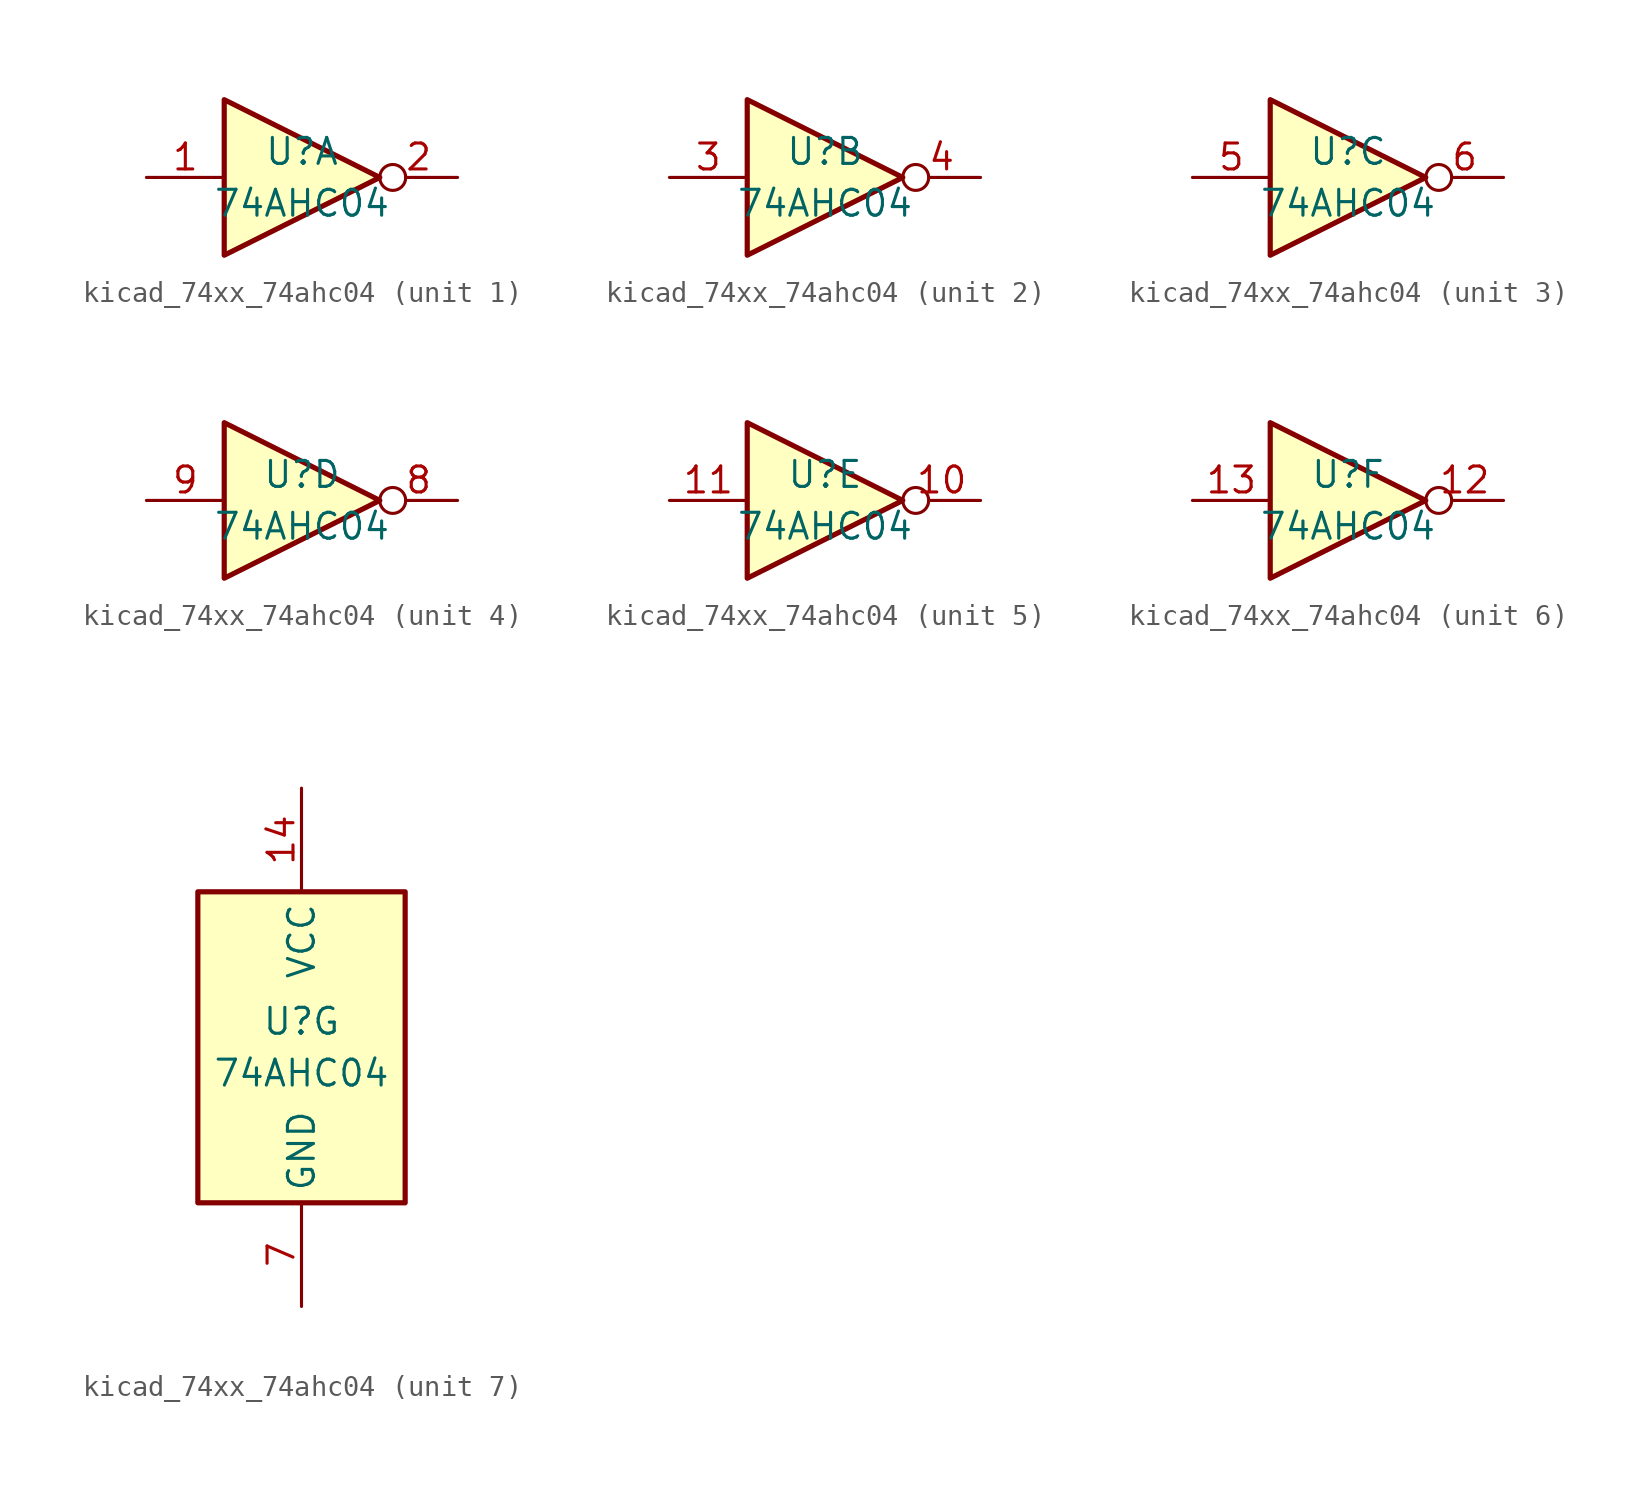
<source format=kicad_sym>
(kicad_symbol_lib
  (version 20220914)
  (generator kicad_symbol_editor)
  (symbol "kicad_74xx_74ahc04"
    (property "Reference" "U"
      (at 0 1.27 0)
      (effects (font (size 1.27 1.27))))
    (property "Value" "74AHC04"
      (at 0 -1.27 0)
      (effects (font (size 1.27 1.27))))
    (property "ki_locked" ""
      (at 0 0 0)
      (effects (font (size 1.27 1.27))))
    (symbol "kicad_74xx_74ahc04_1_0"
      (polyline (pts (xy -3.81 3.81) (xy -3.81 -3.81) (xy 3.81 0) (xy -3.81 3.81)) (stroke (width 0.254) (type default)) (fill (type background)))
      (pin input line (at -7.62 0 0) (length 3.81) (name "~" (effects (font (size 1.27 1.27)))) (number "1" (effects (font (size 1.27 1.27)))))
      (pin output inverted (at 7.62 0 180) (length 3.81) (name "~" (effects (font (size 1.27 1.27)))) (number "2" (effects (font (size 1.27 1.27))))))
    (symbol "kicad_74xx_74ahc04_2_0"
      (polyline (pts (xy -3.81 3.81) (xy -3.81 -3.81) (xy 3.81 0) (xy -3.81 3.81)) (stroke (width 0.254) (type default)) (fill (type background)))
      (pin input line (at -7.62 0 0) (length 3.81) (name "~" (effects (font (size 1.27 1.27)))) (number "3" (effects (font (size 1.27 1.27)))))
      (pin output inverted (at 7.62 0 180) (length 3.81) (name "~" (effects (font (size 1.27 1.27)))) (number "4" (effects (font (size 1.27 1.27))))))
    (symbol "kicad_74xx_74ahc04_3_0"
      (polyline (pts (xy -3.81 3.81) (xy -3.81 -3.81) (xy 3.81 0) (xy -3.81 3.81)) (stroke (width 0.254) (type default)) (fill (type background)))
      (pin input line (at -7.62 0 0) (length 3.81) (name "~" (effects (font (size 1.27 1.27)))) (number "5" (effects (font (size 1.27 1.27)))))
      (pin output inverted (at 7.62 0 180) (length 3.81) (name "~" (effects (font (size 1.27 1.27)))) (number "6" (effects (font (size 1.27 1.27))))))
    (symbol "kicad_74xx_74ahc04_4_0"
      (polyline (pts (xy -3.81 3.81) (xy -3.81 -3.81) (xy 3.81 0) (xy -3.81 3.81)) (stroke (width 0.254) (type default)) (fill (type background)))
      (pin output inverted (at 7.62 0 180) (length 3.81) (name "~" (effects (font (size 1.27 1.27)))) (number "8" (effects (font (size 1.27 1.27)))))
      (pin input line (at -7.62 0 0) (length 3.81) (name "~" (effects (font (size 1.27 1.27)))) (number "9" (effects (font (size 1.27 1.27))))))
    (symbol "kicad_74xx_74ahc04_5_0"
      (polyline (pts (xy -3.81 3.81) (xy -3.81 -3.81) (xy 3.81 0) (xy -3.81 3.81)) (stroke (width 0.254) (type default)) (fill (type background)))
      (pin output inverted (at 7.62 0 180) (length 3.81) (name "~" (effects (font (size 1.27 1.27)))) (number "10" (effects (font (size 1.27 1.27)))))
      (pin input line (at -7.62 0 0) (length 3.81) (name "~" (effects (font (size 1.27 1.27)))) (number "11" (effects (font (size 1.27 1.27))))))
    (symbol "kicad_74xx_74ahc04_6_0"
      (polyline (pts (xy -3.81 3.81) (xy -3.81 -3.81) (xy 3.81 0) (xy -3.81 3.81)) (stroke (width 0.254) (type default)) (fill (type background)))
      (pin output inverted (at 7.62 0 180) (length 3.81) (name "~" (effects (font (size 1.27 1.27)))) (number "12" (effects (font (size 1.27 1.27)))))
      (pin input line (at -7.62 0 0) (length 3.81) (name "~" (effects (font (size 1.27 1.27)))) (number "13" (effects (font (size 1.27 1.27))))))
    (symbol "kicad_74xx_74ahc04_7_0"
      (pin power_in line (at 0 12.7 270) (length 5.08) (name "VCC" (effects (font (size 1.27 1.27)))) (number "14" (effects (font (size 1.27 1.27)))))
      (pin power_in line (at 0 -12.7 90) (length 5.08) (name "GND" (effects (font (size 1.27 1.27)))) (number "7" (effects (font (size 1.27 1.27))))))
    (symbol "kicad_74xx_74ahc04_7_1"
      (rectangle (start -5.08 7.62) (end 5.08 -7.62) (stroke (width 0.254) (type default)) (fill (type background))))))
</source>
